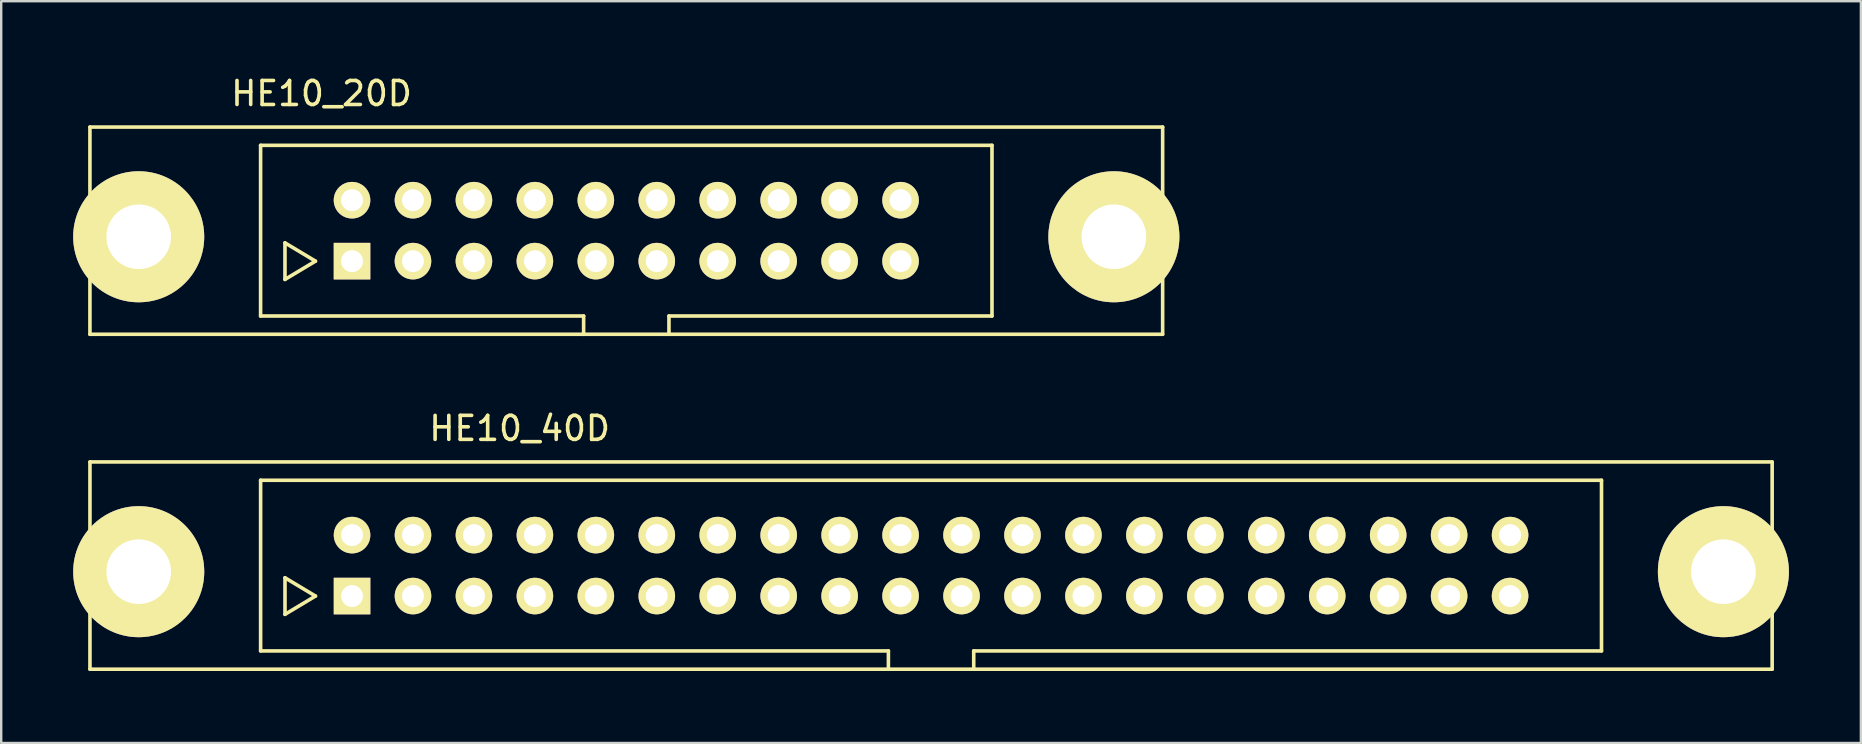
<source format=kicad_pcb>
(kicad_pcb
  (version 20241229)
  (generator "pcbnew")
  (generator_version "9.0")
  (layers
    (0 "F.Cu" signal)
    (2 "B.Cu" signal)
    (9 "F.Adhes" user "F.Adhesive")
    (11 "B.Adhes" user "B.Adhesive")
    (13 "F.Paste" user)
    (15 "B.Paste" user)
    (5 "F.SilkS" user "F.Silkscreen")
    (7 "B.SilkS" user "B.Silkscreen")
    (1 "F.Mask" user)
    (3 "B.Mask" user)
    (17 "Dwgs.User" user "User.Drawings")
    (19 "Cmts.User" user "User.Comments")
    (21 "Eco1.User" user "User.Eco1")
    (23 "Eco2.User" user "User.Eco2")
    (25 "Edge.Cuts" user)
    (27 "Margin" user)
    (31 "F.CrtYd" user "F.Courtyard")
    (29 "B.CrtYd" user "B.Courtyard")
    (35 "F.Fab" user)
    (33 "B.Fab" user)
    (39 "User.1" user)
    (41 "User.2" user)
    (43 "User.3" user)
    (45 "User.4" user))
  (footprint "HE10_20D"
    (layer "F.Cu")
    (at 23.05 6.563)
    (property "Reference" "HE10_20D" (at -12.7 -5.715 0) (layer "F.SilkS") (effects (font (size 1 1) (thickness 0.15))))
    (attr through_hole)
    (fp_line (start -22.352 -4.318) (end -22.352 4.318) (stroke (width 0.15) (type solid)) (layer "F.SilkS"))
    (fp_line (start -22.352 4.318) (end 22.352 4.318) (stroke (width 0.15) (type solid)) (layer "F.SilkS"))
    (fp_line (start -15.24 -3.556) (end 15.24 -3.556) (stroke (width 0.15) (type solid)) (layer "F.SilkS"))
    (fp_line (start -15.24 3.556) (end -15.24 -3.556) (stroke (width 0.15) (type solid)) (layer "F.SilkS"))
    (fp_line (start -14.224 0.508) (end -14.224 2.032) (stroke (width 0.15) (type solid)) (layer "F.SilkS"))
    (fp_line (start -14.224 2.032) (end -12.954 1.27) (stroke (width 0.15) (type solid)) (layer "F.SilkS"))
    (fp_line (start -12.954 1.27) (end -14.224 0.508) (stroke (width 0.15) (type solid)) (layer "F.SilkS"))
    (fp_line (start -1.778 3.556) (end -15.24 3.556) (stroke (width 0.15) (type solid)) (layer "F.SilkS"))
    (fp_line (start -1.778 4.318) (end -1.778 3.556) (stroke (width 0.15) (type solid)) (layer "F.SilkS"))
    (fp_line (start 1.778 3.556) (end 1.778 4.318) (stroke (width 0.15) (type solid)) (layer "F.SilkS"))
    (fp_line (start 15.24 -3.556) (end 15.24 3.556) (stroke (width 0.15) (type solid)) (layer "F.SilkS"))
    (fp_line (start 15.24 3.556) (end 1.778 3.556) (stroke (width 0.15) (type solid)) (layer "F.SilkS"))
    (fp_line (start 22.352 -4.318) (end -22.352 -4.318) (stroke (width 0.15) (type solid)) (layer "F.SilkS"))
    (fp_line (start 22.352 4.318) (end 22.352 -4.318) (stroke (width 0.15) (type solid)) (layer "F.SilkS"))
    (pad "" thru_hole circle (at -20.32 0.254) (size 5.461 5.461) (drill 2.692) (layers "*.Cu" "*.Mask" "F.SilkS"))
    (pad "" thru_hole circle (at 20.32 0.254) (size 5.461 5.461) (drill 2.692) (layers "*.Cu" "*.Mask" "F.SilkS"))
    (pad "1" thru_hole rect (at -11.43 1.27) (size 1.524 1.524) (drill 0.914) (layers "*.Cu" "*.Mask" "F.SilkS"))
    (pad "2" thru_hole circle (at -11.43 -1.27) (size 1.524 1.524) (drill 0.914) (layers "*.Cu" "*.Mask" "F.SilkS"))
    (pad "3" thru_hole circle (at -8.89 1.27) (size 1.524 1.524) (drill 0.914) (layers "*.Cu" "*.Mask" "F.SilkS"))
    (pad "4" thru_hole circle (at -8.89 -1.27) (size 1.524 1.524) (drill 0.914) (layers "*.Cu" "*.Mask" "F.SilkS"))
    (pad "5" thru_hole circle (at -6.35 1.27) (size 1.524 1.524) (drill 0.914) (layers "*.Cu" "*.Mask" "F.SilkS"))
    (pad "6" thru_hole circle (at -6.35 -1.27) (size 1.524 1.524) (drill 0.914) (layers "*.Cu" "*.Mask" "F.SilkS"))
    (pad "7" thru_hole circle (at -3.81 1.27) (size 1.524 1.524) (drill 0.914) (layers "*.Cu" "*.Mask" "F.SilkS"))
    (pad "8" thru_hole circle (at -3.81 -1.27) (size 1.524 1.524) (drill 0.914) (layers "*.Cu" "*.Mask" "F.SilkS"))
    (pad "9" thru_hole circle (at -1.27 1.27) (size 1.524 1.524) (drill 0.914) (layers "*.Cu" "*.Mask" "F.SilkS"))
    (pad "10" thru_hole circle (at -1.27 -1.27) (size 1.524 1.524) (drill 0.914) (layers "*.Cu" "*.Mask" "F.SilkS"))
    (pad "11" thru_hole circle (at 1.27 1.27) (size 1.524 1.524) (drill 0.914) (layers "*.Cu" "*.Mask" "F.SilkS"))
    (pad "12" thru_hole circle (at 1.27 -1.27) (size 1.524 1.524) (drill 0.914) (layers "*.Cu" "*.Mask" "F.SilkS"))
    (pad "13" thru_hole circle (at 3.81 1.27) (size 1.524 1.524) (drill 0.914) (layers "*.Cu" "*.Mask" "F.SilkS"))
    (pad "14" thru_hole circle (at 3.81 -1.27) (size 1.524 1.524) (drill 0.914) (layers "*.Cu" "*.Mask" "F.SilkS"))
    (pad "15" thru_hole circle (at 6.35 1.27) (size 1.524 1.524) (drill 0.914) (layers "*.Cu" "*.Mask" "F.SilkS"))
    (pad "16" thru_hole circle (at 6.35 -1.27) (size 1.524 1.524) (drill 0.914) (layers "*.Cu" "*.Mask" "F.SilkS"))
    (pad "17" thru_hole circle (at 8.89 1.27) (size 1.524 1.524) (drill 0.914) (layers "*.Cu" "*.Mask" "F.SilkS"))
    (pad "18" thru_hole circle (at 8.89 -1.27) (size 1.524 1.524) (drill 0.914) (layers "*.Cu" "*.Mask" "F.SilkS"))
    (pad "19" thru_hole circle (at 11.43 1.27) (size 1.524 1.524) (drill 0.914) (layers "*.Cu" "*.Mask" "F.SilkS"))
    (pad "20" thru_hole circle (at 11.43 -1.27) (size 1.524 1.524) (drill 0.914) (layers "*.Cu" "*.Mask" "F.SilkS")))
  (footprint "HE10_40D"
    (layer "F.Cu")
    (at 35.751 20.52)
    (property "Reference" "HE10_40D" (at -17.145 -5.715 0) (layer "F.SilkS") (effects (font (size 1 1) (thickness 0.15))))
    (attr through_hole)
    (fp_line (start -35.052 -4.318) (end -35.052 4.318) (stroke (width 0.15) (type solid)) (layer "F.SilkS"))
    (fp_line (start -35.052 4.318) (end 35.052 4.318) (stroke (width 0.15) (type solid)) (layer "F.SilkS"))
    (fp_line (start -27.94 -3.556) (end 27.94 -3.556) (stroke (width 0.15) (type solid)) (layer "F.SilkS"))
    (fp_line (start -27.94 3.556) (end -27.94 -3.556) (stroke (width 0.15) (type solid)) (layer "F.SilkS"))
    (fp_line (start -26.924 0.508) (end -26.924 2.032) (stroke (width 0.15) (type solid)) (layer "F.SilkS"))
    (fp_line (start -26.924 2.032) (end -25.654 1.27) (stroke (width 0.15) (type solid)) (layer "F.SilkS"))
    (fp_line (start -25.654 1.27) (end -26.924 0.508) (stroke (width 0.15) (type solid)) (layer "F.SilkS"))
    (fp_line (start -1.778 3.556) (end -27.94 3.556) (stroke (width 0.15) (type solid)) (layer "F.SilkS"))
    (fp_line (start -1.778 4.318) (end -1.778 3.556) (stroke (width 0.15) (type solid)) (layer "F.SilkS"))
    (fp_line (start 1.778 3.556) (end 1.778 4.318) (stroke (width 0.15) (type solid)) (layer "F.SilkS"))
    (fp_line (start 27.94 -3.556) (end 27.94 3.556) (stroke (width 0.15) (type solid)) (layer "F.SilkS"))
    (fp_line (start 27.94 3.556) (end 1.778 3.556) (stroke (width 0.15) (type solid)) (layer "F.SilkS"))
    (fp_line (start 35.052 -4.318) (end -35.052 -4.318) (stroke (width 0.15) (type solid)) (layer "F.SilkS"))
    (fp_line (start 35.052 4.318) (end 35.052 -4.318) (stroke (width 0.15) (type solid)) (layer "F.SilkS"))
    (pad "" thru_hole circle (at -33.02 0.254) (size 5.461 5.461) (drill 2.692) (layers "*.Cu" "*.Mask" "F.SilkS"))
    (pad "" thru_hole circle (at 33.02 0.254) (size 5.461 5.461) (drill 2.692) (layers "*.Cu" "*.Mask" "F.SilkS"))
    (pad "1" thru_hole rect (at -24.13 1.27) (size 1.524 1.524) (drill 0.914) (layers "*.Cu" "*.Mask" "F.SilkS"))
    (pad "2" thru_hole circle (at -24.13 -1.27) (size 1.524 1.524) (drill 0.914) (layers "*.Cu" "*.Mask" "F.SilkS"))
    (pad "3" thru_hole circle (at -21.59 1.27) (size 1.524 1.524) (drill 0.914) (layers "*.Cu" "*.Mask" "F.SilkS"))
    (pad "4" thru_hole circle (at -21.59 -1.27) (size 1.524 1.524) (drill 0.914) (layers "*.Cu" "*.Mask" "F.SilkS"))
    (pad "5" thru_hole circle (at -19.05 1.27) (size 1.524 1.524) (drill 0.914) (layers "*.Cu" "*.Mask" "F.SilkS"))
    (pad "6" thru_hole circle (at -19.05 -1.27) (size 1.524 1.524) (drill 0.914) (layers "*.Cu" "*.Mask" "F.SilkS"))
    (pad "7" thru_hole circle (at -16.51 1.27) (size 1.524 1.524) (drill 0.914) (layers "*.Cu" "*.Mask" "F.SilkS"))
    (pad "8" thru_hole circle (at -16.51 -1.27) (size 1.524 1.524) (drill 0.914) (layers "*.Cu" "*.Mask" "F.SilkS"))
    (pad "9" thru_hole circle (at -13.97 1.27) (size 1.524 1.524) (drill 0.914) (layers "*.Cu" "*.Mask" "F.SilkS"))
    (pad "10" thru_hole circle (at -13.97 -1.27) (size 1.524 1.524) (drill 0.914) (layers "*.Cu" "*.Mask" "F.SilkS"))
    (pad "11" thru_hole circle (at -11.43 1.27) (size 1.524 1.524) (drill 0.914) (layers "*.Cu" "*.Mask" "F.SilkS"))
    (pad "12" thru_hole circle (at -11.43 -1.27) (size 1.524 1.524) (drill 0.914) (layers "*.Cu" "*.Mask" "F.SilkS"))
    (pad "13" thru_hole circle (at -8.89 1.27) (size 1.524 1.524) (drill 0.914) (layers "*.Cu" "*.Mask" "F.SilkS"))
    (pad "14" thru_hole circle (at -8.89 -1.27) (size 1.524 1.524) (drill 0.914) (layers "*.Cu" "*.Mask" "F.SilkS"))
    (pad "15" thru_hole circle (at -6.35 1.27) (size 1.524 1.524) (drill 0.914) (layers "*.Cu" "*.Mask" "F.SilkS"))
    (pad "16" thru_hole circle (at -6.35 -1.27) (size 1.524 1.524) (drill 0.914) (layers "*.Cu" "*.Mask" "F.SilkS"))
    (pad "17" thru_hole circle (at -3.81 1.27) (size 1.524 1.524) (drill 0.914) (layers "*.Cu" "*.Mask" "F.SilkS"))
    (pad "18" thru_hole circle (at -3.81 -1.27) (size 1.524 1.524) (drill 0.914) (layers "*.Cu" "*.Mask" "F.SilkS"))
    (pad "19" thru_hole circle (at -1.27 1.27) (size 1.524 1.524) (drill 0.914) (layers "*.Cu" "*.Mask" "F.SilkS"))
    (pad "20" thru_hole circle (at -1.27 -1.27) (size 1.524 1.524) (drill 0.914) (layers "*.Cu" "*.Mask" "F.SilkS"))
    (pad "21" thru_hole circle (at 1.27 1.27) (size 1.524 1.524) (drill 0.914) (layers "*.Cu" "*.Mask" "F.SilkS"))
    (pad "22" thru_hole circle (at 1.27 -1.27) (size 1.524 1.524) (drill 0.914) (layers "*.Cu" "*.Mask" "F.SilkS"))
    (pad "23" thru_hole circle (at 3.81 1.27) (size 1.524 1.524) (drill 0.914) (layers "*.Cu" "*.Mask" "F.SilkS"))
    (pad "24" thru_hole circle (at 3.81 -1.27) (size 1.524 1.524) (drill 0.914) (layers "*.Cu" "*.Mask" "F.SilkS"))
    (pad "25" thru_hole circle (at 6.35 1.27) (size 1.524 1.524) (drill 0.914) (layers "*.Cu" "*.Mask" "F.SilkS"))
    (pad "26" thru_hole circle (at 6.35 -1.27) (size 1.524 1.524) (drill 0.914) (layers "*.Cu" "*.Mask" "F.SilkS"))
    (pad "27" thru_hole circle (at 8.89 1.27) (size 1.524 1.524) (drill 0.914) (layers "*.Cu" "*.Mask" "F.SilkS"))
    (pad "28" thru_hole circle (at 8.89 -1.27) (size 1.524 1.524) (drill 0.914) (layers "*.Cu" "*.Mask" "F.SilkS"))
    (pad "29" thru_hole circle (at 11.43 1.27) (size 1.524 1.524) (drill 0.914) (layers "*.Cu" "*.Mask" "F.SilkS"))
    (pad "30" thru_hole circle (at 11.43 -1.27) (size 1.524 1.524) (drill 0.914) (layers "*.Cu" "*.Mask" "F.SilkS"))
    (pad "31" thru_hole circle (at 13.97 1.27) (size 1.524 1.524) (drill 0.914) (layers "*.Cu" "*.Mask" "F.SilkS"))
    (pad "32" thru_hole circle (at 13.97 -1.27) (size 1.524 1.524) (drill 0.914) (layers "*.Cu" "*.Mask" "F.SilkS"))
    (pad "33" thru_hole circle (at 16.51 1.27) (size 1.524 1.524) (drill 0.914) (layers "*.Cu" "*.Mask" "F.SilkS"))
    (pad "34" thru_hole circle (at 16.51 -1.27) (size 1.524 1.524) (drill 0.914) (layers "*.Cu" "*.Mask" "F.SilkS"))
    (pad "35" thru_hole circle (at 19.05 1.27) (size 1.524 1.524) (drill 0.914) (layers "*.Cu" "*.Mask" "F.SilkS"))
    (pad "36" thru_hole circle (at 19.05 -1.27) (size 1.524 1.524) (drill 0.914) (layers "*.Cu" "*.Mask" "F.SilkS"))
    (pad "37" thru_hole circle (at 21.59 1.27) (size 1.524 1.524) (drill 0.914) (layers "*.Cu" "*.Mask" "F.SilkS"))
    (pad "38" thru_hole circle (at 21.59 -1.27) (size 1.524 1.524) (drill 0.914) (layers "*.Cu" "*.Mask" "F.SilkS"))
    (pad "39" thru_hole circle (at 24.13 1.27) (size 1.524 1.524) (drill 0.914) (layers "*.Cu" "*.Mask" "F.SilkS"))
    (pad "40" thru_hole circle (at 24.13 -1.27) (size 1.524 1.524) (drill 0.914) (layers "*.Cu" "*.Mask" "F.SilkS")))
  (gr_rect
    (start -3 -3)
    (end 74.501 27.913)
    (stroke (width 0.1) (type default))
    (fill no)
    (layer "Edge.Cuts")))
</source>
